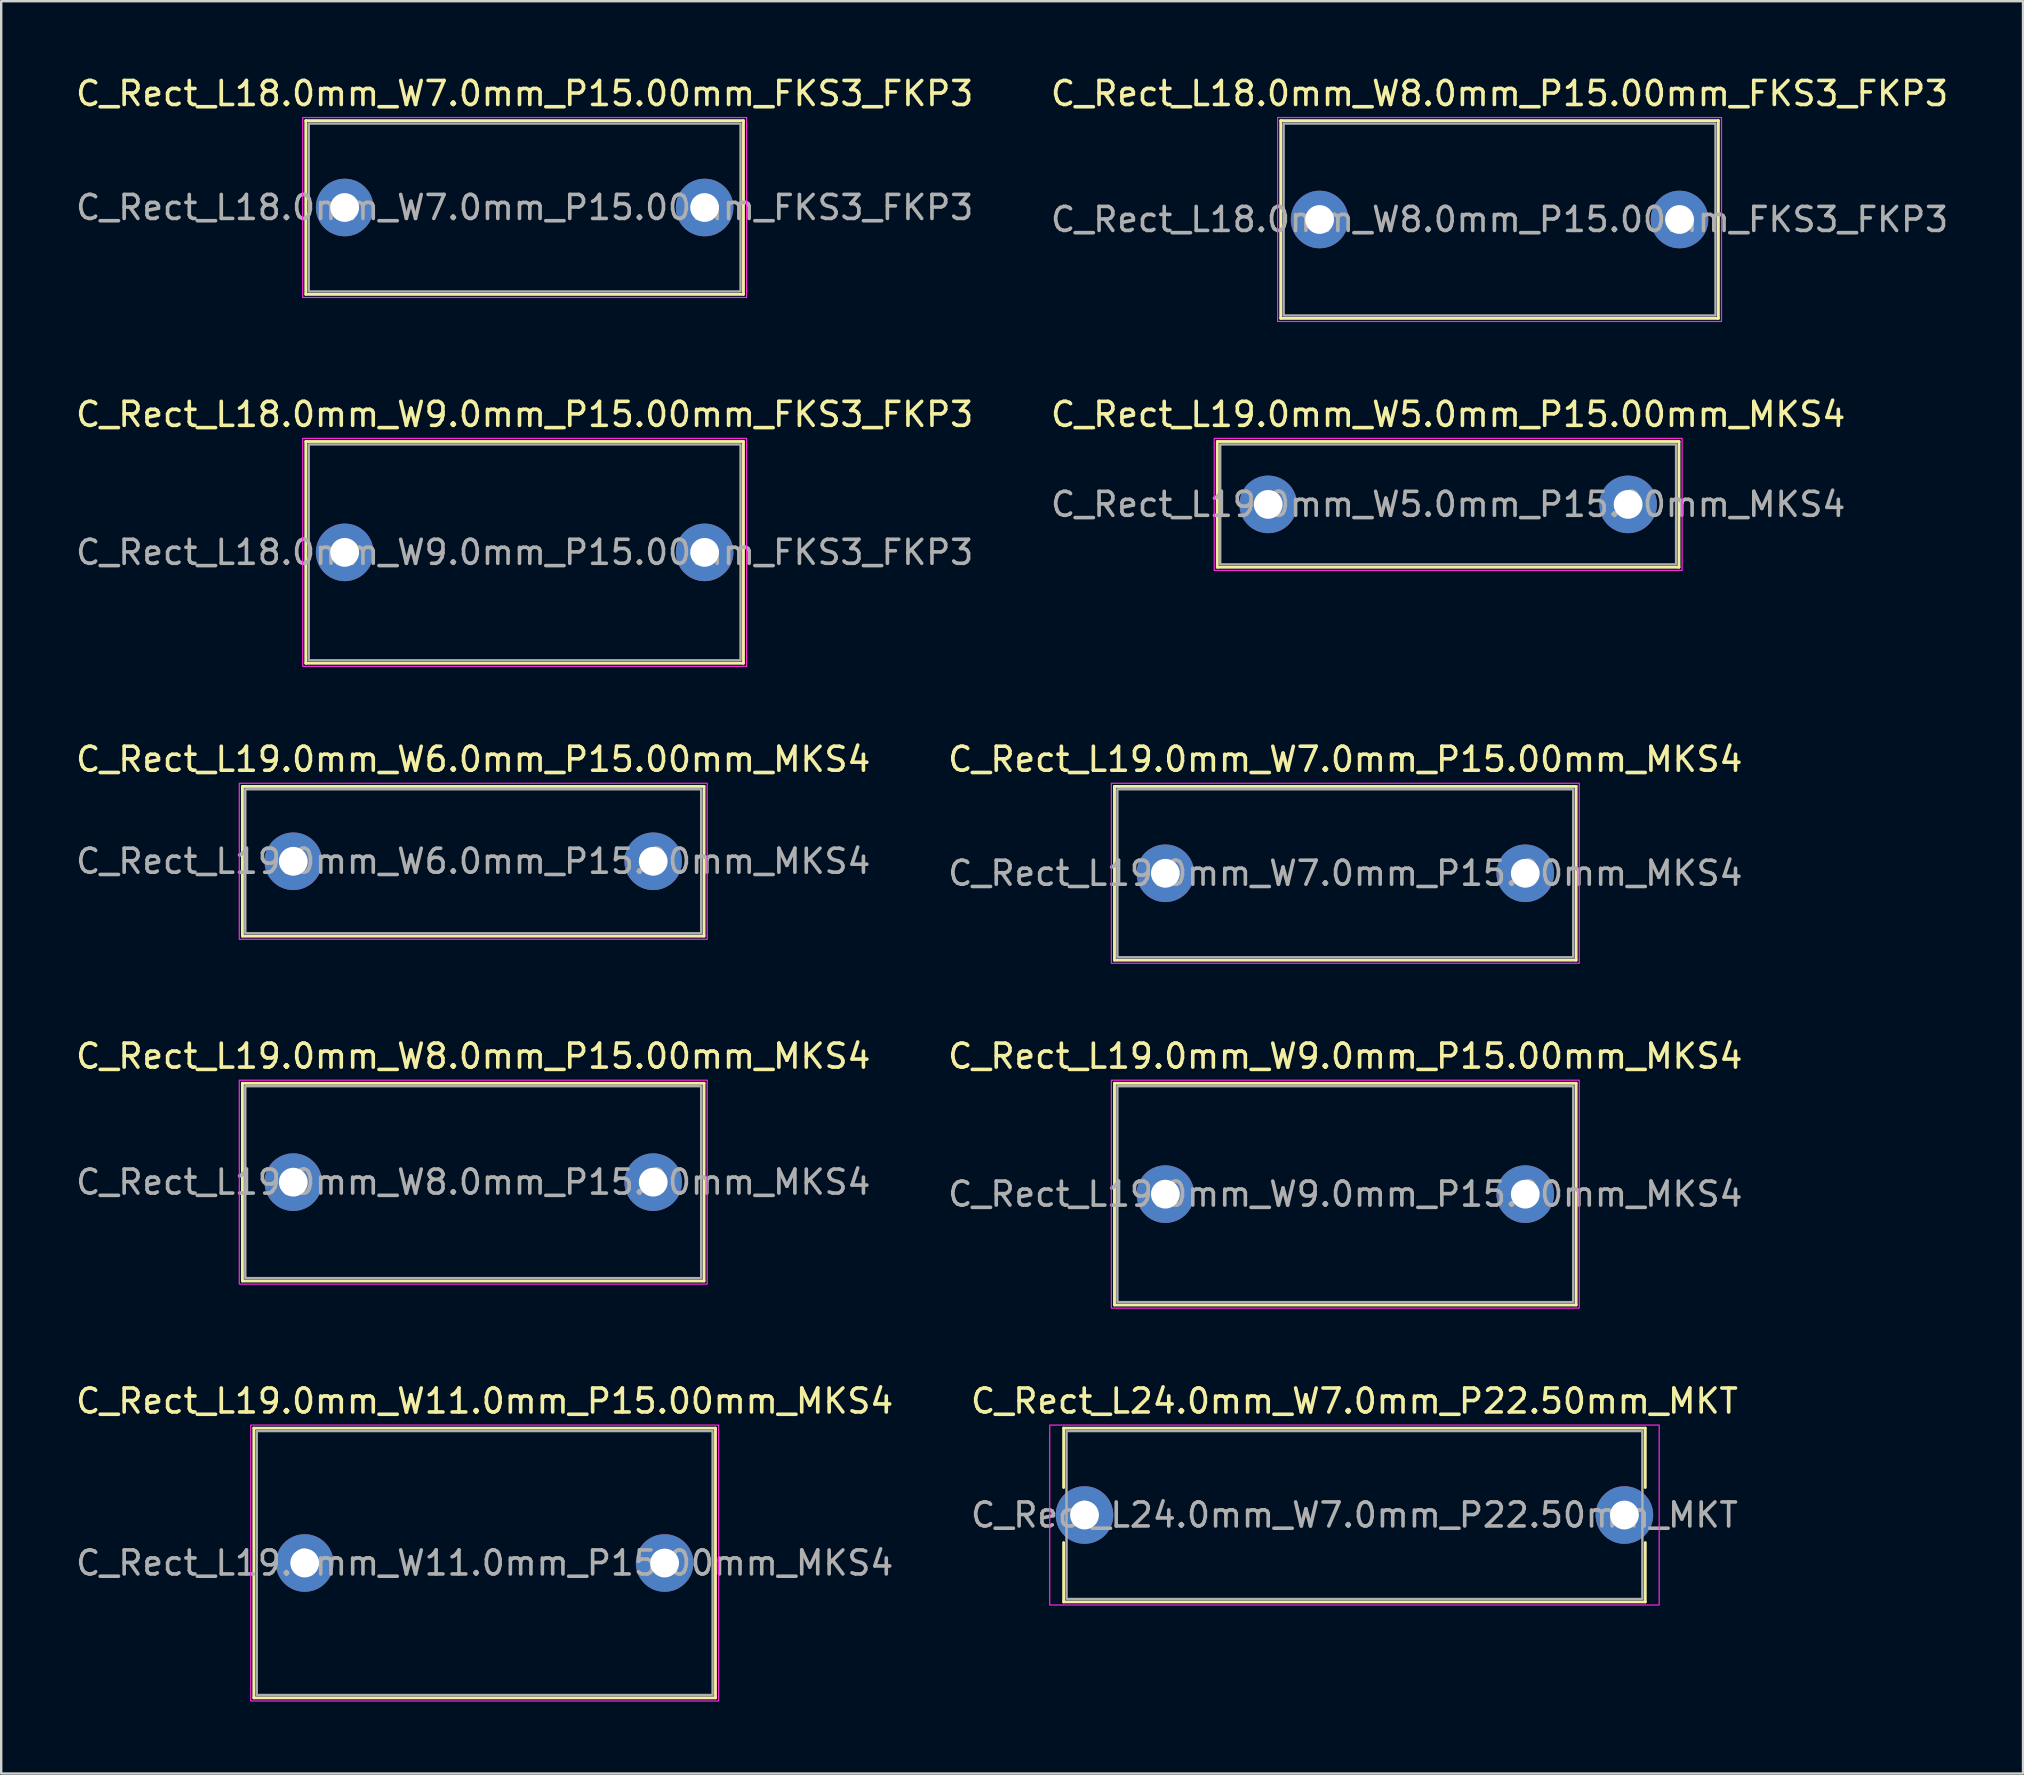
<source format=kicad_pcb>
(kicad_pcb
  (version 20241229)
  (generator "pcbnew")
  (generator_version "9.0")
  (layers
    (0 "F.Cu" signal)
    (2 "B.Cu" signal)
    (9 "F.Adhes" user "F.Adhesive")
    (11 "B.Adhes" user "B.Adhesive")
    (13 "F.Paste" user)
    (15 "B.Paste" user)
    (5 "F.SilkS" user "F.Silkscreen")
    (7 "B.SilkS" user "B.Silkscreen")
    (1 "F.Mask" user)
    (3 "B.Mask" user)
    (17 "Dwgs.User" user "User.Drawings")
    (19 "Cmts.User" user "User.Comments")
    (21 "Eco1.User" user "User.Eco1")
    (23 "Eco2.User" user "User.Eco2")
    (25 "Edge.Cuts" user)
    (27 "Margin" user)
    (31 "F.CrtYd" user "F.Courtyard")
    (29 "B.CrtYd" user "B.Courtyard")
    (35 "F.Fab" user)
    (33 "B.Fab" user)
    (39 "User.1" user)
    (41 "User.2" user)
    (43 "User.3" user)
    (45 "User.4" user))
  (footprint "C_Rect_L18.0mm_W8.0mm_P15.00mm_FKS3_FKP3"
    (layer "F.Cu")
    (at 51.946 6.098)
    (property "Reference" "C_Rect_L18.0mm_W8.0mm_P15.00mm_FKS3_FKP3" (at 7.5 -5.25 0) (layer "F.SilkS") (effects (font (size 1 1) (thickness 0.15))))
    (attr through_hole)
    (fp_line (start -1.62 -4.12) (end -1.62 4.12) (stroke (width 0.12) (type solid)) (layer "F.SilkS"))
    (fp_line (start -1.62 -4.12) (end 16.62 -4.12) (stroke (width 0.12) (type solid)) (layer "F.SilkS"))
    (fp_line (start -1.62 4.12) (end 16.62 4.12) (stroke (width 0.12) (type solid)) (layer "F.SilkS"))
    (fp_line (start 16.62 -4.12) (end 16.62 4.12) (stroke (width 0.12) (type solid)) (layer "F.SilkS"))
    (fp_rect (start -1.75 -4.25) (end 16.75 4.25) (stroke (width 0.05) (type solid)) (fill no) (layer "F.CrtYd"))
    (fp_rect (start -1.5 -4) (end 16.5 4) (stroke (width 0.1) (type solid)) (fill no) (layer "F.Fab"))
    (fp_text user "${REFERENCE}" (at 7.5 0 0) (layer "F.Fab") (effects (font (size 1 1) (thickness 0.15))))
    (pad "1" thru_hole circle (at 0 0) (size 2.4 2.4) (drill 1.2) (layers "*.Cu" "*.Mask"))
    (pad "2" thru_hole circle (at 15 0) (size 2.4 2.4) (drill 1.2) (layers "*.Cu" "*.Mask")))
  (footprint "C_Rect_L24.0mm_W7.0mm_P22.50mm_MKT"
    (layer "F.Cu")
    (at 42.149 60.091)
    (property "Reference" "C_Rect_L24.0mm_W7.0mm_P22.50mm_MKT" (at 11.25 -4.75 0) (layer "F.SilkS") (effects (font (size 1 1) (thickness 0.15))))
    (attr through_hole)
    (fp_line (start -0.87 -3.62) (end -0.87 -1.147) (stroke (width 0.12) (type solid)) (layer "F.SilkS"))
    (fp_line (start -0.87 -3.62) (end 23.37 -3.62) (stroke (width 0.12) (type solid)) (layer "F.SilkS"))
    (fp_line (start -0.87 1.147) (end -0.87 3.62) (stroke (width 0.12) (type solid)) (layer "F.SilkS"))
    (fp_line (start -0.87 3.62) (end 23.37 3.62) (stroke (width 0.12) (type solid)) (layer "F.SilkS"))
    (fp_line (start 23.37 -3.62) (end 23.37 -1.147) (stroke (width 0.12) (type solid)) (layer "F.SilkS"))
    (fp_line (start 23.37 1.147) (end 23.37 3.62) (stroke (width 0.12) (type solid)) (layer "F.SilkS"))
    (fp_rect (start -1.45 -3.75) (end 23.95 3.75) (stroke (width 0.05) (type solid)) (fill no) (layer "F.CrtYd"))
    (fp_rect (start -0.75 -3.5) (end 23.25 3.5) (stroke (width 0.1) (type solid)) (fill no) (layer "F.Fab"))
    (fp_text user "${REFERENCE}" (at 11.25 0 0) (layer "F.Fab") (effects (font (size 1 1) (thickness 0.15))))
    (pad "1" thru_hole circle (at 0 0) (size 2.4 2.4) (drill 1.2) (layers "*.Cu" "*.Mask"))
    (pad "2" thru_hole circle (at 22.5 0) (size 2.4 2.4) (drill 1.2) (layers "*.Cu" "*.Mask")))
  (footprint "C_Rect_L19.0mm_W5.0mm_P15.00mm_MKS4"
    (layer "F.Cu")
    (at 49.804 17.971)
    (property "Reference" "C_Rect_L19.0mm_W5.0mm_P15.00mm_MKS4" (at 7.5 -3.75 0) (layer "F.SilkS") (effects (font (size 1 1) (thickness 0.15))))
    (attr through_hole)
    (fp_line (start -2.12 -2.62) (end -2.12 2.62) (stroke (width 0.12) (type solid)) (layer "F.SilkS"))
    (fp_line (start -2.12 -2.62) (end 17.12 -2.62) (stroke (width 0.12) (type solid)) (layer "F.SilkS"))
    (fp_line (start -2.12 2.62) (end 17.12 2.62) (stroke (width 0.12) (type solid)) (layer "F.SilkS"))
    (fp_line (start 17.12 -2.62) (end 17.12 2.62) (stroke (width 0.12) (type solid)) (layer "F.SilkS"))
    (fp_rect (start -2.25 -2.75) (end 17.25 2.75) (stroke (width 0.05) (type solid)) (fill no) (layer "F.CrtYd"))
    (fp_rect (start -2 -2.5) (end 17 2.5) (stroke (width 0.1) (type solid)) (fill no) (layer "F.Fab"))
    (fp_text user "${REFERENCE}" (at 7.5 0 0) (layer "F.Fab") (effects (font (size 1 1) (thickness 0.15))))
    (pad "1" thru_hole circle (at 0 0) (size 2.4 2.4) (drill 1.2) (layers "*.Cu" "*.Mask"))
    (pad "2" thru_hole circle (at 15 0) (size 2.4 2.4) (drill 1.2) (layers "*.Cu" "*.Mask")))
  (footprint "C_Rect_L19.0mm_W8.0mm_P15.00mm_MKS4"
    (layer "F.Cu")
    (at 9.173 46.218)
    (property "Reference" "C_Rect_L19.0mm_W8.0mm_P15.00mm_MKS4" (at 7.5 -5.25 0) (layer "F.SilkS") (effects (font (size 1 1) (thickness 0.15))))
    (attr through_hole)
    (fp_line (start -2.12 -4.12) (end -2.12 4.12) (stroke (width 0.12) (type solid)) (layer "F.SilkS"))
    (fp_line (start -2.12 -4.12) (end 17.12 -4.12) (stroke (width 0.12) (type solid)) (layer "F.SilkS"))
    (fp_line (start -2.12 4.12) (end 17.12 4.12) (stroke (width 0.12) (type solid)) (layer "F.SilkS"))
    (fp_line (start 17.12 -4.12) (end 17.12 4.12) (stroke (width 0.12) (type solid)) (layer "F.SilkS"))
    (fp_rect (start -2.25 -4.25) (end 17.25 4.25) (stroke (width 0.05) (type solid)) (fill no) (layer "F.CrtYd"))
    (fp_rect (start -2 -4) (end 17 4) (stroke (width 0.1) (type solid)) (fill no) (layer "F.Fab"))
    (fp_text user "${REFERENCE}" (at 7.5 0 0) (layer "F.Fab") (effects (font (size 1 1) (thickness 0.15))))
    (pad "1" thru_hole circle (at 0 0) (size 2.4 2.4) (drill 1.2) (layers "*.Cu" "*.Mask"))
    (pad "2" thru_hole circle (at 15 0) (size 2.4 2.4) (drill 1.2) (layers "*.Cu" "*.Mask")))
  (footprint "C_Rect_L18.0mm_W7.0mm_P15.00mm_FKS3_FKP3"
    (layer "F.Cu")
    (at 11.315 5.598)
    (property "Reference" "C_Rect_L18.0mm_W7.0mm_P15.00mm_FKS3_FKP3" (at 7.5 -4.75 0) (layer "F.SilkS") (effects (font (size 1 1) (thickness 0.15))))
    (attr through_hole)
    (fp_line (start -1.62 -3.62) (end -1.62 3.62) (stroke (width 0.12) (type solid)) (layer "F.SilkS"))
    (fp_line (start -1.62 -3.62) (end 16.62 -3.62) (stroke (width 0.12) (type solid)) (layer "F.SilkS"))
    (fp_line (start -1.62 3.62) (end 16.62 3.62) (stroke (width 0.12) (type solid)) (layer "F.SilkS"))
    (fp_line (start 16.62 -3.62) (end 16.62 3.62) (stroke (width 0.12) (type solid)) (layer "F.SilkS"))
    (fp_rect (start -1.75 -3.75) (end 16.75 3.75) (stroke (width 0.05) (type solid)) (fill no) (layer "F.CrtYd"))
    (fp_rect (start -1.5 -3.5) (end 16.5 3.5) (stroke (width 0.1) (type solid)) (fill no) (layer "F.Fab"))
    (fp_text user "${REFERENCE}" (at 7.5 0 0) (layer "F.Fab") (effects (font (size 1 1) (thickness 0.15))))
    (pad "1" thru_hole circle (at 0 0) (size 2.4 2.4) (drill 1.2) (layers "*.Cu" "*.Mask"))
    (pad "2" thru_hole circle (at 15 0) (size 2.4 2.4) (drill 1.2) (layers "*.Cu" "*.Mask")))
  (footprint "C_Rect_L19.0mm_W11.0mm_P15.00mm_MKS4"
    (layer "F.Cu")
    (at 9.649 62.091)
    (property "Reference" "C_Rect_L19.0mm_W11.0mm_P15.00mm_MKS4" (at 7.5 -6.75 0) (layer "F.SilkS") (effects (font (size 1 1) (thickness 0.15))))
    (attr through_hole)
    (fp_line (start -2.12 -5.62) (end -2.12 5.62) (stroke (width 0.12) (type solid)) (layer "F.SilkS"))
    (fp_line (start -2.12 -5.62) (end 17.12 -5.62) (stroke (width 0.12) (type solid)) (layer "F.SilkS"))
    (fp_line (start -2.12 5.62) (end 17.12 5.62) (stroke (width 0.12) (type solid)) (layer "F.SilkS"))
    (fp_line (start 17.12 -5.62) (end 17.12 5.62) (stroke (width 0.12) (type solid)) (layer "F.SilkS"))
    (fp_rect (start -2.25 -5.75) (end 17.25 5.75) (stroke (width 0.05) (type solid)) (fill no) (layer "F.CrtYd"))
    (fp_rect (start -2 -5.5) (end 17 5.5) (stroke (width 0.1) (type solid)) (fill no) (layer "F.Fab"))
    (fp_text user "${REFERENCE}" (at 7.5 0 0) (layer "F.Fab") (effects (font (size 1 1) (thickness 0.15))))
    (pad "1" thru_hole circle (at 0 0) (size 2.4 2.4) (drill 1.2) (layers "*.Cu" "*.Mask"))
    (pad "2" thru_hole circle (at 15 0) (size 2.4 2.4) (drill 1.2) (layers "*.Cu" "*.Mask")))
  (footprint "C_Rect_L19.0mm_W7.0mm_P15.00mm_MKS4"
    (layer "F.Cu")
    (at 45.518 33.345)
    (property "Reference" "C_Rect_L19.0mm_W7.0mm_P15.00mm_MKS4" (at 7.5 -4.75 0) (layer "F.SilkS") (effects (font (size 1 1) (thickness 0.15))))
    (attr through_hole)
    (fp_line (start -2.12 -3.62) (end -2.12 3.62) (stroke (width 0.12) (type solid)) (layer "F.SilkS"))
    (fp_line (start -2.12 -3.62) (end 17.12 -3.62) (stroke (width 0.12) (type solid)) (layer "F.SilkS"))
    (fp_line (start -2.12 3.62) (end 17.12 3.62) (stroke (width 0.12) (type solid)) (layer "F.SilkS"))
    (fp_line (start 17.12 -3.62) (end 17.12 3.62) (stroke (width 0.12) (type solid)) (layer "F.SilkS"))
    (fp_rect (start -2.25 -3.75) (end 17.25 3.75) (stroke (width 0.05) (type solid)) (fill no) (layer "F.CrtYd"))
    (fp_rect (start -2 -3.5) (end 17 3.5) (stroke (width 0.1) (type solid)) (fill no) (layer "F.Fab"))
    (fp_text user "${REFERENCE}" (at 7.5 0 0) (layer "F.Fab") (effects (font (size 1 1) (thickness 0.15))))
    (pad "1" thru_hole circle (at 0 0) (size 2.4 2.4) (drill 1.2) (layers "*.Cu" "*.Mask"))
    (pad "2" thru_hole circle (at 15 0) (size 2.4 2.4) (drill 1.2) (layers "*.Cu" "*.Mask")))
  (footprint "C_Rect_L18.0mm_W9.0mm_P15.00mm_FKS3_FKP3"
    (layer "F.Cu")
    (at 11.315 19.971)
    (property "Reference" "C_Rect_L18.0mm_W9.0mm_P15.00mm_FKS3_FKP3" (at 7.5 -5.75 0) (layer "F.SilkS") (effects (font (size 1 1) (thickness 0.15))))
    (attr through_hole)
    (fp_line (start -1.62 -4.62) (end -1.62 4.62) (stroke (width 0.12) (type solid)) (layer "F.SilkS"))
    (fp_line (start -1.62 -4.62) (end 16.62 -4.62) (stroke (width 0.12) (type solid)) (layer "F.SilkS"))
    (fp_line (start -1.62 4.62) (end 16.62 4.62) (stroke (width 0.12) (type solid)) (layer "F.SilkS"))
    (fp_line (start 16.62 -4.62) (end 16.62 4.62) (stroke (width 0.12) (type solid)) (layer "F.SilkS"))
    (fp_rect (start -1.75 -4.75) (end 16.75 4.75) (stroke (width 0.05) (type solid)) (fill no) (layer "F.CrtYd"))
    (fp_rect (start -1.5 -4.5) (end 16.5 4.5) (stroke (width 0.1) (type solid)) (fill no) (layer "F.Fab"))
    (fp_text user "${REFERENCE}" (at 7.5 0 0) (layer "F.Fab") (effects (font (size 1 1) (thickness 0.15))))
    (pad "1" thru_hole circle (at 0 0) (size 2.4 2.4) (drill 1.2) (layers "*.Cu" "*.Mask"))
    (pad "2" thru_hole circle (at 15 0) (size 2.4 2.4) (drill 1.2) (layers "*.Cu" "*.Mask")))
  (footprint "C_Rect_L19.0mm_W9.0mm_P15.00mm_MKS4"
    (layer "F.Cu")
    (at 45.518 46.718)
    (property "Reference" "C_Rect_L19.0mm_W9.0mm_P15.00mm_MKS4" (at 7.5 -5.75 0) (layer "F.SilkS") (effects (font (size 1 1) (thickness 0.15))))
    (attr through_hole)
    (fp_line (start -2.12 -4.62) (end -2.12 4.62) (stroke (width 0.12) (type solid)) (layer "F.SilkS"))
    (fp_line (start -2.12 -4.62) (end 17.12 -4.62) (stroke (width 0.12) (type solid)) (layer "F.SilkS"))
    (fp_line (start -2.12 4.62) (end 17.12 4.62) (stroke (width 0.12) (type solid)) (layer "F.SilkS"))
    (fp_line (start 17.12 -4.62) (end 17.12 4.62) (stroke (width 0.12) (type solid)) (layer "F.SilkS"))
    (fp_rect (start -2.25 -4.75) (end 17.25 4.75) (stroke (width 0.05) (type solid)) (fill no) (layer "F.CrtYd"))
    (fp_rect (start -2 -4.5) (end 17 4.5) (stroke (width 0.1) (type solid)) (fill no) (layer "F.Fab"))
    (fp_text user "${REFERENCE}" (at 7.5 0 0) (layer "F.Fab") (effects (font (size 1 1) (thickness 0.15))))
    (pad "1" thru_hole circle (at 0 0) (size 2.4 2.4) (drill 1.2) (layers "*.Cu" "*.Mask"))
    (pad "2" thru_hole circle (at 15 0) (size 2.4 2.4) (drill 1.2) (layers "*.Cu" "*.Mask")))
  (footprint "C_Rect_L19.0mm_W6.0mm_P15.00mm_MKS4"
    (layer "F.Cu")
    (at 9.173 32.845)
    (property "Reference" "C_Rect_L19.0mm_W6.0mm_P15.00mm_MKS4" (at 7.5 -4.25 0) (layer "F.SilkS") (effects (font (size 1 1) (thickness 0.15))))
    (attr through_hole)
    (fp_line (start -2.12 -3.12) (end -2.12 3.12) (stroke (width 0.12) (type solid)) (layer "F.SilkS"))
    (fp_line (start -2.12 -3.12) (end 17.12 -3.12) (stroke (width 0.12) (type solid)) (layer "F.SilkS"))
    (fp_line (start -2.12 3.12) (end 17.12 3.12) (stroke (width 0.12) (type solid)) (layer "F.SilkS"))
    (fp_line (start 17.12 -3.12) (end 17.12 3.12) (stroke (width 0.12) (type solid)) (layer "F.SilkS"))
    (fp_rect (start -2.25 -3.25) (end 17.25 3.25) (stroke (width 0.05) (type solid)) (fill no) (layer "F.CrtYd"))
    (fp_rect (start -2 -3) (end 17 3) (stroke (width 0.1) (type solid)) (fill no) (layer "F.Fab"))
    (fp_text user "${REFERENCE}" (at 7.5 0 0) (layer "F.Fab") (effects (font (size 1 1) (thickness 0.15))))
    (pad "1" thru_hole circle (at 0 0) (size 2.4 2.4) (drill 1.2) (layers "*.Cu" "*.Mask"))
    (pad "2" thru_hole circle (at 15 0) (size 2.4 2.4) (drill 1.2) (layers "*.Cu" "*.Mask")))
  (gr_rect
    (start -3 -3)
    (end 81.262 70.866)
    (stroke (width 0.1) (type default))
    (fill no)
    (layer "Edge.Cuts")))
</source>
